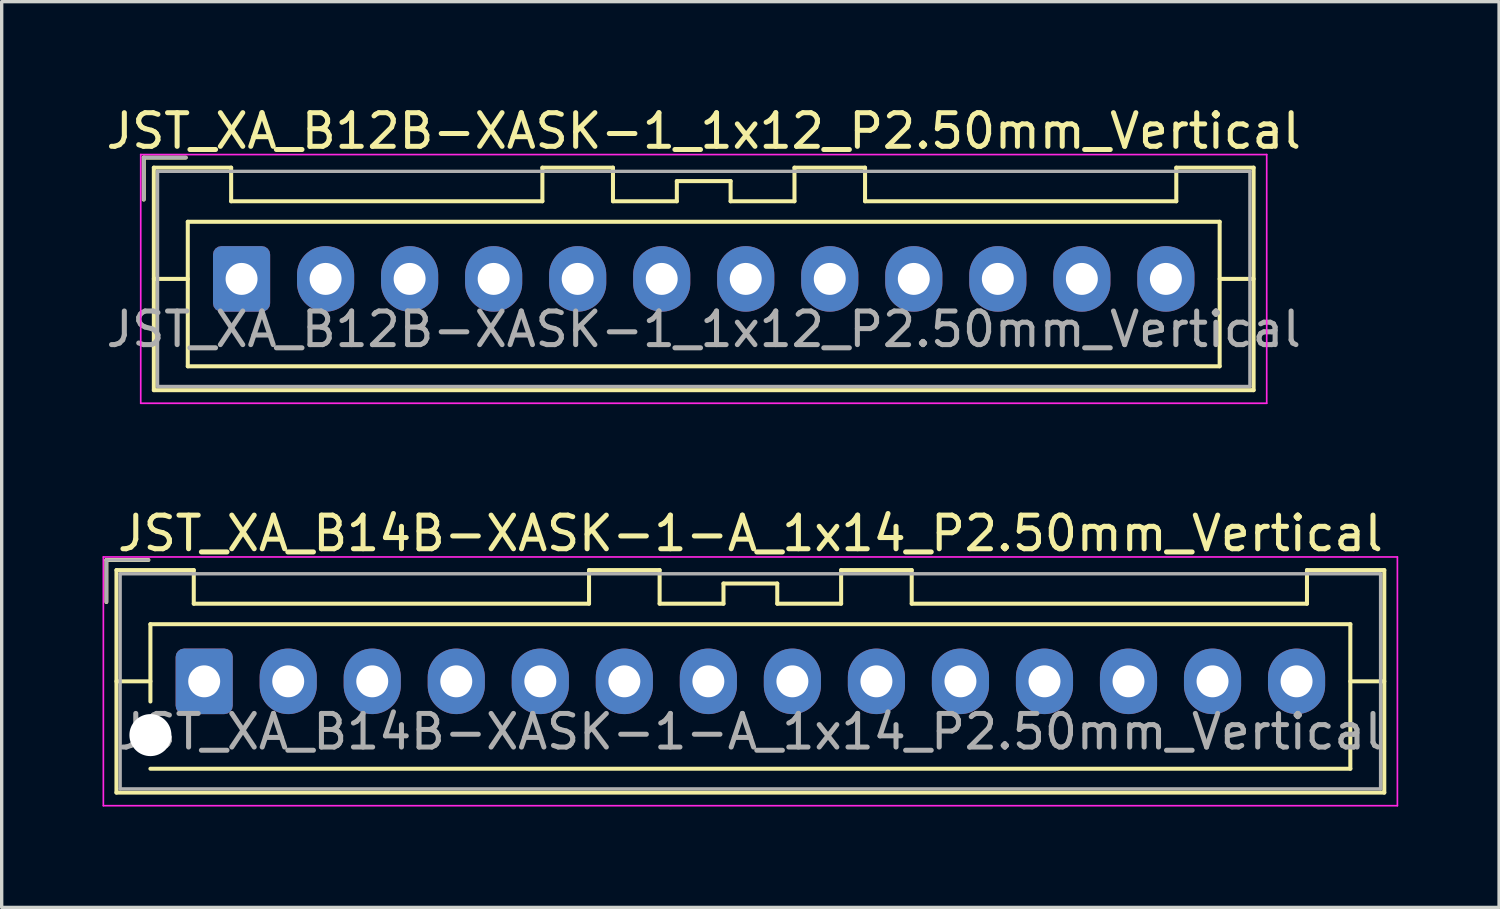
<source format=kicad_pcb>
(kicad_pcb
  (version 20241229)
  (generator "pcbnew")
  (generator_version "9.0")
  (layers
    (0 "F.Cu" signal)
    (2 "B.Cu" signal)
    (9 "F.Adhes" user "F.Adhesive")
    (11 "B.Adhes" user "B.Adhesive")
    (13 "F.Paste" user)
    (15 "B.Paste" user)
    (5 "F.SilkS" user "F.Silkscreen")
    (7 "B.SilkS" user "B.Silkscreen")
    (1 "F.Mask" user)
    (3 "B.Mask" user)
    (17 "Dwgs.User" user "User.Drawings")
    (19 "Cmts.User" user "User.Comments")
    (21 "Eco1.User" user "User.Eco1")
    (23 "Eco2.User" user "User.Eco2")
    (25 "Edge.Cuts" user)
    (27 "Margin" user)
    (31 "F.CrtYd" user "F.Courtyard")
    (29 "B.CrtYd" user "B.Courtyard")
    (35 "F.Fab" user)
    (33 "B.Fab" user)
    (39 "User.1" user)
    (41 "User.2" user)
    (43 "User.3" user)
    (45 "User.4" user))
  (footprint "JST_XA_B14B-XASK-1-A_1x14_P2.50mm_Vertical"
    (layer "F.Cu")
    (at 3.025 17.221)
    (property "Reference" "JST_XA_B14B-XASK-1-A_1x14_P2.50mm_Vertical" (at 16.25 -4.4 0) (layer "F.SilkS") (effects (font (size 1 1) (thickness 0.15))))
    (attr through_hole)
    (fp_line (start -2.91 -3.61) (end -2.91 -2.36) (stroke (width 0.12) (type solid)) (layer "F.SilkS"))
    (fp_line (start -2.61 -3.31) (end -2.61 3.31) (stroke (width 0.12) (type solid)) (layer "F.SilkS"))
    (fp_line (start -2.61 0) (end -1.6 0) (stroke (width 0.12) (type solid)) (layer "F.SilkS"))
    (fp_line (start -2.61 3.31) (end 35.11 3.31) (stroke (width 0.12) (type solid)) (layer "F.SilkS"))
    (fp_line (start -1.66 -3.61) (end -2.91 -3.61) (stroke (width 0.12) (type solid)) (layer "F.SilkS"))
    (fp_line (start -1.6 -1.7) (end 34.1 -1.7) (stroke (width 0.12) (type solid)) (layer "F.SilkS"))
    (fp_line (start -1.6 0.6) (end -1.6 -1.7) (stroke (width 0.12) (type solid)) (layer "F.SilkS"))
    (fp_line (start -0.31 -3.31) (end -2.61 -3.31) (stroke (width 0.12) (type solid)) (layer "F.SilkS"))
    (fp_line (start -0.31 -2.31) (end -0.31 -3.31) (stroke (width 0.12) (type solid)) (layer "F.SilkS"))
    (fp_line (start 11.45 -3.31) (end 11.45 -2.31) (stroke (width 0.12) (type solid)) (layer "F.SilkS"))
    (fp_line (start 11.45 -2.31) (end -0.31 -2.31) (stroke (width 0.12) (type solid)) (layer "F.SilkS"))
    (fp_line (start 13.55 -3.31) (end 11.45 -3.31) (stroke (width 0.12) (type solid)) (layer "F.SilkS"))
    (fp_line (start 13.55 -2.31) (end 13.55 -3.31) (stroke (width 0.12) (type solid)) (layer "F.SilkS"))
    (fp_line (start 15.45 -2.91) (end 15.45 -2.31) (stroke (width 0.12) (type solid)) (layer "F.SilkS"))
    (fp_line (start 15.45 -2.31) (end 13.55 -2.31) (stroke (width 0.12) (type solid)) (layer "F.SilkS"))
    (fp_line (start 17.05 -2.91) (end 15.45 -2.91) (stroke (width 0.12) (type solid)) (layer "F.SilkS"))
    (fp_line (start 17.05 -2.31) (end 17.05 -2.91) (stroke (width 0.12) (type solid)) (layer "F.SilkS"))
    (fp_line (start 18.95 -3.31) (end 18.95 -2.31) (stroke (width 0.12) (type solid)) (layer "F.SilkS"))
    (fp_line (start 18.95 -2.31) (end 17.05 -2.31) (stroke (width 0.12) (type solid)) (layer "F.SilkS"))
    (fp_line (start 21.05 -3.31) (end 18.95 -3.31) (stroke (width 0.12) (type solid)) (layer "F.SilkS"))
    (fp_line (start 21.05 -2.31) (end 21.05 -3.31) (stroke (width 0.12) (type solid)) (layer "F.SilkS"))
    (fp_line (start 32.81 -3.31) (end 32.81 -2.31) (stroke (width 0.12) (type solid)) (layer "F.SilkS"))
    (fp_line (start 32.81 -2.31) (end 21.05 -2.31) (stroke (width 0.12) (type solid)) (layer "F.SilkS"))
    (fp_line (start 34.1 -1.7) (end 34.1 2.6) (stroke (width 0.12) (type solid)) (layer "F.SilkS"))
    (fp_line (start 34.1 2.6) (end -1.6 2.6) (stroke (width 0.12) (type solid)) (layer "F.SilkS"))
    (fp_line (start 35.11 -3.31) (end 32.81 -3.31) (stroke (width 0.12) (type solid)) (layer "F.SilkS"))
    (fp_line (start 35.11 0) (end 34.1 0) (stroke (width 0.12) (type solid)) (layer "F.SilkS"))
    (fp_line (start 35.11 3.31) (end 35.11 -3.31) (stroke (width 0.12) (type solid)) (layer "F.SilkS"))
    (fp_line (start -3 -3.7) (end -3 3.7) (stroke (width 0.05) (type solid)) (layer "F.CrtYd"))
    (fp_line (start -3 3.7) (end 35.5 3.7) (stroke (width 0.05) (type solid)) (layer "F.CrtYd"))
    (fp_line (start 35.5 -3.7) (end -3 -3.7) (stroke (width 0.05) (type solid)) (layer "F.CrtYd"))
    (fp_line (start 35.5 3.7) (end 35.5 -3.7) (stroke (width 0.05) (type solid)) (layer "F.CrtYd"))
    (fp_line (start -2.91 -3.61) (end -2.91 -2.36) (stroke (width 0.1) (type solid)) (layer "F.Fab"))
    (fp_line (start -2.5 -3.2) (end -2.5 3.2) (stroke (width 0.1) (type solid)) (layer "F.Fab"))
    (fp_line (start -2.5 3.2) (end 35 3.2) (stroke (width 0.1) (type solid)) (layer "F.Fab"))
    (fp_line (start -1.66 -3.61) (end -2.91 -3.61) (stroke (width 0.1) (type solid)) (layer "F.Fab"))
    (fp_line (start 35 -3.2) (end -2.5 -3.2) (stroke (width 0.1) (type solid)) (layer "F.Fab"))
    (fp_line (start 35 3.2) (end 35 -3.2) (stroke (width 0.1) (type solid)) (layer "F.Fab"))
    (fp_text user "${REFERENCE}" (at 16.25 1.5 0) (layer "F.Fab") (effects (font (size 1 1) (thickness 0.15))))
    (pad "" np_thru_hole circle (at -1.6 1.6) (size 1.25 1.25) (drill 1.25) (layers "*.Cu" "*.Mask"))
    (pad "1" thru_hole roundrect (at 0 0) (size 1.7 1.95) (drill 0.95) (layers "*.Cu" "*.Mask") (roundrect_rratio 0.147))
    (pad "2" thru_hole oval (at 2.5 0) (size 1.7 1.95) (drill 0.95) (layers "*.Cu" "*.Mask"))
    (pad "3" thru_hole oval (at 5 0) (size 1.7 1.95) (drill 0.95) (layers "*.Cu" "*.Mask"))
    (pad "4" thru_hole oval (at 7.5 0) (size 1.7 1.95) (drill 0.95) (layers "*.Cu" "*.Mask"))
    (pad "5" thru_hole oval (at 10 0) (size 1.7 1.95) (drill 0.95) (layers "*.Cu" "*.Mask"))
    (pad "6" thru_hole oval (at 12.5 0) (size 1.7 1.95) (drill 0.95) (layers "*.Cu" "*.Mask"))
    (pad "7" thru_hole oval (at 15 0) (size 1.7 1.95) (drill 0.95) (layers "*.Cu" "*.Mask"))
    (pad "8" thru_hole oval (at 17.5 0) (size 1.7 1.95) (drill 0.95) (layers "*.Cu" "*.Mask"))
    (pad "9" thru_hole oval (at 20 0) (size 1.7 1.95) (drill 0.95) (layers "*.Cu" "*.Mask"))
    (pad "10" thru_hole oval (at 22.5 0) (size 1.7 1.95) (drill 0.95) (layers "*.Cu" "*.Mask"))
    (pad "11" thru_hole oval (at 25 0) (size 1.7 1.95) (drill 0.95) (layers "*.Cu" "*.Mask"))
    (pad "12" thru_hole oval (at 27.5 0) (size 1.7 1.95) (drill 0.95) (layers "*.Cu" "*.Mask"))
    (pad "13" thru_hole oval (at 30 0) (size 1.7 1.95) (drill 0.95) (layers "*.Cu" "*.Mask"))
    (pad "14" thru_hole oval (at 32.5 0) (size 1.7 1.95) (drill 0.95) (layers "*.Cu" "*.Mask")))
  (footprint "JST_XA_B12B-XASK-1_1x12_P2.50mm_Vertical"
    (layer "F.Cu")
    (at 4.137 5.248)
    (property "Reference" "JST_XA_B12B-XASK-1_1x12_P2.50mm_Vertical" (at 13.75 -4.4 0) (layer "F.SilkS") (effects (font (size 1 1) (thickness 0.15))))
    (attr through_hole)
    (fp_line (start -2.91 -3.61) (end -2.91 -2.36) (stroke (width 0.12) (type solid)) (layer "F.SilkS"))
    (fp_line (start -2.61 -3.31) (end -2.61 3.31) (stroke (width 0.12) (type solid)) (layer "F.SilkS"))
    (fp_line (start -2.61 0) (end -1.6 0) (stroke (width 0.12) (type solid)) (layer "F.SilkS"))
    (fp_line (start -2.61 3.31) (end 30.11 3.31) (stroke (width 0.12) (type solid)) (layer "F.SilkS"))
    (fp_line (start -1.66 -3.61) (end -2.91 -3.61) (stroke (width 0.12) (type solid)) (layer "F.SilkS"))
    (fp_line (start -1.6 -1.7) (end -1.6 2.6) (stroke (width 0.12) (type solid)) (layer "F.SilkS"))
    (fp_line (start -1.6 2.6) (end 29.1 2.6) (stroke (width 0.12) (type solid)) (layer "F.SilkS"))
    (fp_line (start -0.31 -3.31) (end -2.61 -3.31) (stroke (width 0.12) (type solid)) (layer "F.SilkS"))
    (fp_line (start -0.31 -2.31) (end -0.31 -3.31) (stroke (width 0.12) (type solid)) (layer "F.SilkS"))
    (fp_line (start 8.95 -3.31) (end 8.95 -2.31) (stroke (width 0.12) (type solid)) (layer "F.SilkS"))
    (fp_line (start 8.95 -2.31) (end -0.31 -2.31) (stroke (width 0.12) (type solid)) (layer "F.SilkS"))
    (fp_line (start 11.05 -3.31) (end 8.95 -3.31) (stroke (width 0.12) (type solid)) (layer "F.SilkS"))
    (fp_line (start 11.05 -2.31) (end 11.05 -3.31) (stroke (width 0.12) (type solid)) (layer "F.SilkS"))
    (fp_line (start 12.95 -2.91) (end 12.95 -2.31) (stroke (width 0.12) (type solid)) (layer "F.SilkS"))
    (fp_line (start 12.95 -2.31) (end 11.05 -2.31) (stroke (width 0.12) (type solid)) (layer "F.SilkS"))
    (fp_line (start 14.55 -2.91) (end 12.95 -2.91) (stroke (width 0.12) (type solid)) (layer "F.SilkS"))
    (fp_line (start 14.55 -2.31) (end 14.55 -2.91) (stroke (width 0.12) (type solid)) (layer "F.SilkS"))
    (fp_line (start 16.45 -3.31) (end 16.45 -2.31) (stroke (width 0.12) (type solid)) (layer "F.SilkS"))
    (fp_line (start 16.45 -2.31) (end 14.55 -2.31) (stroke (width 0.12) (type solid)) (layer "F.SilkS"))
    (fp_line (start 18.55 -3.31) (end 16.45 -3.31) (stroke (width 0.12) (type solid)) (layer "F.SilkS"))
    (fp_line (start 18.55 -2.31) (end 18.55 -3.31) (stroke (width 0.12) (type solid)) (layer "F.SilkS"))
    (fp_line (start 27.81 -3.31) (end 27.81 -2.31) (stroke (width 0.12) (type solid)) (layer "F.SilkS"))
    (fp_line (start 27.81 -2.31) (end 18.55 -2.31) (stroke (width 0.12) (type solid)) (layer "F.SilkS"))
    (fp_line (start 29.1 -1.7) (end -1.6 -1.7) (stroke (width 0.12) (type solid)) (layer "F.SilkS"))
    (fp_line (start 29.1 2.6) (end 29.1 -1.7) (stroke (width 0.12) (type solid)) (layer "F.SilkS"))
    (fp_line (start 30.11 -3.31) (end 27.81 -3.31) (stroke (width 0.12) (type solid)) (layer "F.SilkS"))
    (fp_line (start 30.11 0) (end 29.1 0) (stroke (width 0.12) (type solid)) (layer "F.SilkS"))
    (fp_line (start 30.11 3.31) (end 30.11 -3.31) (stroke (width 0.12) (type solid)) (layer "F.SilkS"))
    (fp_line (start -3 -3.7) (end -3 3.7) (stroke (width 0.05) (type solid)) (layer "F.CrtYd"))
    (fp_line (start -3 3.7) (end 30.5 3.7) (stroke (width 0.05) (type solid)) (layer "F.CrtYd"))
    (fp_line (start 30.5 -3.7) (end -3 -3.7) (stroke (width 0.05) (type solid)) (layer "F.CrtYd"))
    (fp_line (start 30.5 3.7) (end 30.5 -3.7) (stroke (width 0.05) (type solid)) (layer "F.CrtYd"))
    (fp_line (start -2.91 -3.61) (end -2.91 -2.36) (stroke (width 0.1) (type solid)) (layer "F.Fab"))
    (fp_line (start -2.5 -3.2) (end -2.5 3.2) (stroke (width 0.1) (type solid)) (layer "F.Fab"))
    (fp_line (start -2.5 3.2) (end 30 3.2) (stroke (width 0.1) (type solid)) (layer "F.Fab"))
    (fp_line (start -1.66 -3.61) (end -2.91 -3.61) (stroke (width 0.1) (type solid)) (layer "F.Fab"))
    (fp_line (start 30 -3.2) (end -2.5 -3.2) (stroke (width 0.1) (type solid)) (layer "F.Fab"))
    (fp_line (start 30 3.2) (end 30 -3.2) (stroke (width 0.1) (type solid)) (layer "F.Fab"))
    (fp_text user "${REFERENCE}" (at 13.75 1.5 0) (layer "F.Fab") (effects (font (size 1 1) (thickness 0.15))))
    (pad "1" thru_hole roundrect (at 0 0) (size 1.7 1.95) (drill 0.95) (layers "*.Cu" "*.Mask") (roundrect_rratio 0.147))
    (pad "2" thru_hole oval (at 2.5 0) (size 1.7 1.95) (drill 0.95) (layers "*.Cu" "*.Mask"))
    (pad "3" thru_hole oval (at 5 0) (size 1.7 1.95) (drill 0.95) (layers "*.Cu" "*.Mask"))
    (pad "4" thru_hole oval (at 7.5 0) (size 1.7 1.95) (drill 0.95) (layers "*.Cu" "*.Mask"))
    (pad "5" thru_hole oval (at 10 0) (size 1.7 1.95) (drill 0.95) (layers "*.Cu" "*.Mask"))
    (pad "6" thru_hole oval (at 12.5 0) (size 1.7 1.95) (drill 0.95) (layers "*.Cu" "*.Mask"))
    (pad "7" thru_hole oval (at 15 0) (size 1.7 1.95) (drill 0.95) (layers "*.Cu" "*.Mask"))
    (pad "8" thru_hole oval (at 17.5 0) (size 1.7 1.95) (drill 0.95) (layers "*.Cu" "*.Mask"))
    (pad "9" thru_hole oval (at 20 0) (size 1.7 1.95) (drill 0.95) (layers "*.Cu" "*.Mask"))
    (pad "10" thru_hole oval (at 22.5 0) (size 1.7 1.95) (drill 0.95) (layers "*.Cu" "*.Mask"))
    (pad "11" thru_hole oval (at 25 0) (size 1.7 1.95) (drill 0.95) (layers "*.Cu" "*.Mask"))
    (pad "12" thru_hole oval (at 27.5 0) (size 1.7 1.95) (drill 0.95) (layers "*.Cu" "*.Mask")))
  (gr_rect
    (start -3 -3)
    (end 41.55 23.947)
    (stroke (width 0.1) (type default))
    (fill no)
    (layer "Edge.Cuts")))
</source>
